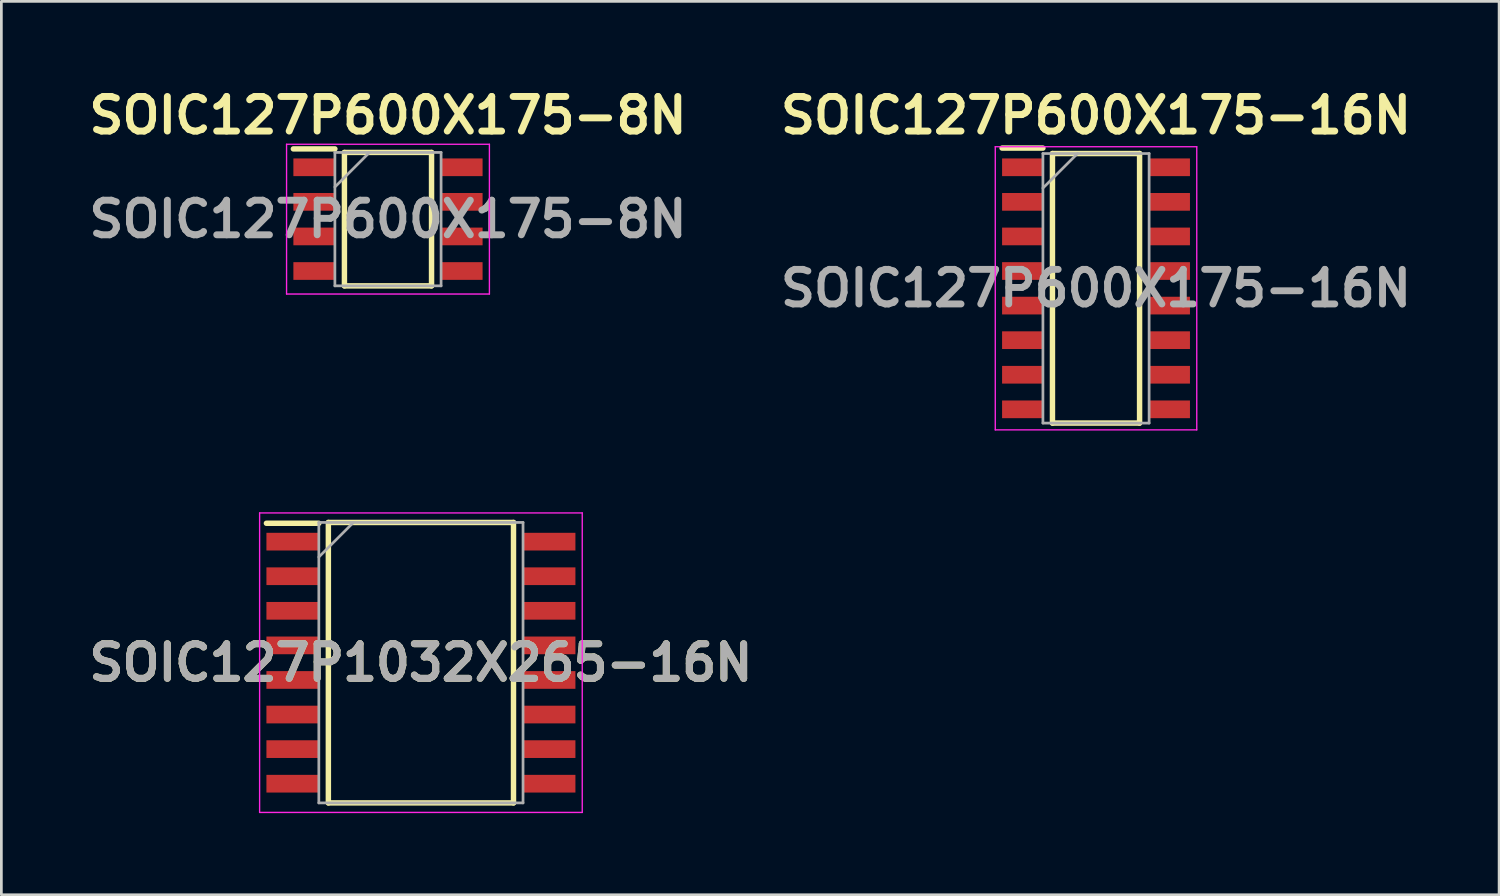
<source format=kicad_pcb>
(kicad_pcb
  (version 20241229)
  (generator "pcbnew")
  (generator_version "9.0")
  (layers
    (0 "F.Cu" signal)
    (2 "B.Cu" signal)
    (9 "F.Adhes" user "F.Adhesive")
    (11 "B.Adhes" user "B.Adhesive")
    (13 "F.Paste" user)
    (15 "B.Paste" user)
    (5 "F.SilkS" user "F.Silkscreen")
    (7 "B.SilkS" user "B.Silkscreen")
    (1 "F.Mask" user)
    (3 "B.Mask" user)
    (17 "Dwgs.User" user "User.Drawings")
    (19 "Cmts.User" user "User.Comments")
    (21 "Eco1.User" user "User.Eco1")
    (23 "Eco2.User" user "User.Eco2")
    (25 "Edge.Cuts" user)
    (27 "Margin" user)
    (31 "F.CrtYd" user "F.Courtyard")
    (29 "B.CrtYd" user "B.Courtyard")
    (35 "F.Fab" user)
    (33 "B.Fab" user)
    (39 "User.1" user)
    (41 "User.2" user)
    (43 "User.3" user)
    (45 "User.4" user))
  (footprint "SOIC127P600X175-8N"
    (layer "F.Cu")
    (at 11.2 4.999)
    (property "Reference" "SOIC127P600X175-8N" (at 0 -3.81 0) (layer "F.SilkS") (effects (font (size 1.27 1.27) (thickness 0.254))))
    (attr smd)
    (fp_line (start -3.475 -2.58) (end -1.95 -2.58) (stroke (width 0.2) (type solid)) (layer "F.SilkS"))
    (fp_line (start -1.6 -2.45) (end 1.6 -2.45) (stroke (width 0.2) (type solid)) (layer "F.SilkS"))
    (fp_line (start -1.6 2.45) (end -1.6 -2.45) (stroke (width 0.2) (type solid)) (layer "F.SilkS"))
    (fp_line (start 1.6 -2.45) (end 1.6 2.45) (stroke (width 0.2) (type solid)) (layer "F.SilkS"))
    (fp_line (start 1.6 2.45) (end -1.6 2.45) (stroke (width 0.2) (type solid)) (layer "F.SilkS"))
    (fp_line (start -3.725 -2.75) (end 3.725 -2.75) (stroke (width 0.05) (type solid)) (layer "F.CrtYd"))
    (fp_line (start -3.725 2.75) (end -3.725 -2.75) (stroke (width 0.05) (type solid)) (layer "F.CrtYd"))
    (fp_line (start 3.725 -2.75) (end 3.725 2.75) (stroke (width 0.05) (type solid)) (layer "F.CrtYd"))
    (fp_line (start 3.725 2.75) (end -3.725 2.75) (stroke (width 0.05) (type solid)) (layer "F.CrtYd"))
    (fp_line (start -1.95 -2.45) (end 1.95 -2.45) (stroke (width 0.1) (type solid)) (layer "F.Fab"))
    (fp_line (start -1.95 -1.18) (end -0.68 -2.45) (stroke (width 0.1) (type solid)) (layer "F.Fab"))
    (fp_line (start -1.95 2.45) (end -1.95 -2.45) (stroke (width 0.1) (type solid)) (layer "F.Fab"))
    (fp_line (start 1.95 -2.45) (end 1.95 2.45) (stroke (width 0.1) (type solid)) (layer "F.Fab"))
    (fp_line (start 1.95 2.45) (end -1.95 2.45) (stroke (width 0.1) (type solid)) (layer "F.Fab"))
    (fp_text user "${REFERENCE}" (at 0 0 0) (layer "F.Fab") (effects (font (size 1.27 1.27) (thickness 0.254))))
    (pad "1" smd rect (at -2.712 -1.905 90) (size 0.65 1.525) (layers "F.Cu" "F.Mask" "F.Paste"))
    (pad "2" smd rect (at -2.712 -0.635 90) (size 0.65 1.525) (layers "F.Cu" "F.Mask" "F.Paste"))
    (pad "3" smd rect (at -2.712 0.635 90) (size 0.65 1.525) (layers "F.Cu" "F.Mask" "F.Paste"))
    (pad "4" smd rect (at -2.712 1.905 90) (size 0.65 1.525) (layers "F.Cu" "F.Mask" "F.Paste"))
    (pad "5" smd rect (at 2.712 1.905 90) (size 0.65 1.525) (layers "F.Cu" "F.Mask" "F.Paste"))
    (pad "6" smd rect (at 2.712 0.635 90) (size 0.65 1.525) (layers "F.Cu" "F.Mask" "F.Paste"))
    (pad "7" smd rect (at 2.712 -0.635 90) (size 0.65 1.525) (layers "F.Cu" "F.Mask" "F.Paste"))
    (pad "8" smd rect (at 2.712 -1.905 90) (size 0.65 1.525) (layers "F.Cu" "F.Mask" "F.Paste")))
  (footprint "SOIC127P1032X265-16N"
    (layer "F.Cu")
    (at 12.41 21.289)
    (property "Reference" "SOIC127P1032X265-16N" (at 0 0 0) (layer "F.SilkS") (effects (font (size 1.27 1.27) (thickness 0.254))))
    (attr smd)
    (fp_line (start -5.675 -5.12) (end -3.75 -5.12) (stroke (width 0.2) (type solid)) (layer "F.SilkS"))
    (fp_line (start -3.4 -5.15) (end 3.4 -5.15) (stroke (width 0.2) (type solid)) (layer "F.SilkS"))
    (fp_line (start -3.4 5.15) (end -3.4 -5.15) (stroke (width 0.2) (type solid)) (layer "F.SilkS"))
    (fp_line (start 3.4 -5.15) (end 3.4 5.15) (stroke (width 0.2) (type solid)) (layer "F.SilkS"))
    (fp_line (start 3.4 5.15) (end -3.4 5.15) (stroke (width 0.2) (type solid)) (layer "F.SilkS"))
    (fp_line (start -5.925 -5.5) (end 5.925 -5.5) (stroke (width 0.05) (type solid)) (layer "F.CrtYd"))
    (fp_line (start -5.925 5.5) (end -5.925 -5.5) (stroke (width 0.05) (type solid)) (layer "F.CrtYd"))
    (fp_line (start 5.925 -5.5) (end 5.925 5.5) (stroke (width 0.05) (type solid)) (layer "F.CrtYd"))
    (fp_line (start 5.925 5.5) (end -5.925 5.5) (stroke (width 0.05) (type solid)) (layer "F.CrtYd"))
    (fp_line (start -3.75 -5.15) (end 3.75 -5.15) (stroke (width 0.1) (type solid)) (layer "F.Fab"))
    (fp_line (start -3.75 -3.88) (end -2.48 -5.15) (stroke (width 0.1) (type solid)) (layer "F.Fab"))
    (fp_line (start -3.75 5.15) (end -3.75 -5.15) (stroke (width 0.1) (type solid)) (layer "F.Fab"))
    (fp_line (start 3.75 -5.15) (end 3.75 5.15) (stroke (width 0.1) (type solid)) (layer "F.Fab"))
    (fp_line (start 3.75 5.15) (end -3.75 5.15) (stroke (width 0.1) (type solid)) (layer "F.Fab"))
    (fp_text user "${REFERENCE}" (at 0 0 0) (layer "F.Fab") (effects (font (size 1.27 1.27) (thickness 0.254))))
    (pad "1" smd rect (at -4.712 -4.445 90) (size 0.65 1.925) (layers "F.Cu" "F.Mask" "F.Paste"))
    (pad "2" smd rect (at -4.712 -3.175 90) (size 0.65 1.925) (layers "F.Cu" "F.Mask" "F.Paste"))
    (pad "3" smd rect (at -4.712 -1.905 90) (size 0.65 1.925) (layers "F.Cu" "F.Mask" "F.Paste"))
    (pad "4" smd rect (at -4.712 -0.635 90) (size 0.65 1.925) (layers "F.Cu" "F.Mask" "F.Paste"))
    (pad "5" smd rect (at -4.712 0.635 90) (size 0.65 1.925) (layers "F.Cu" "F.Mask" "F.Paste"))
    (pad "6" smd rect (at -4.712 1.905 90) (size 0.65 1.925) (layers "F.Cu" "F.Mask" "F.Paste"))
    (pad "7" smd rect (at -4.712 3.175 90) (size 0.65 1.925) (layers "F.Cu" "F.Mask" "F.Paste"))
    (pad "8" smd rect (at -4.712 4.445 90) (size 0.65 1.925) (layers "F.Cu" "F.Mask" "F.Paste"))
    (pad "9" smd rect (at 4.712 4.445 90) (size 0.65 1.925) (layers "F.Cu" "F.Mask" "F.Paste"))
    (pad "10" smd rect (at 4.712 3.175 90) (size 0.65 1.925) (layers "F.Cu" "F.Mask" "F.Paste"))
    (pad "11" smd rect (at 4.712 1.905 90) (size 0.65 1.925) (layers "F.Cu" "F.Mask" "F.Paste"))
    (pad "12" smd rect (at 4.712 0.635 90) (size 0.65 1.925) (layers "F.Cu" "F.Mask" "F.Paste"))
    (pad "13" smd rect (at 4.712 -0.635 90) (size 0.65 1.925) (layers "F.Cu" "F.Mask" "F.Paste"))
    (pad "14" smd rect (at 4.712 -1.905 90) (size 0.65 1.925) (layers "F.Cu" "F.Mask" "F.Paste"))
    (pad "15" smd rect (at 4.712 -3.175 90) (size 0.65 1.925) (layers "F.Cu" "F.Mask" "F.Paste"))
    (pad "16" smd rect (at 4.712 -4.445 90) (size 0.65 1.925) (layers "F.Cu" "F.Mask" "F.Paste")))
  (footprint "SOIC127P600X175-16N"
    (layer "F.Cu")
    (at 37.205 7.539)
    (property "Reference" "SOIC127P600X175-16N" (at 0 -6.35 0) (layer "F.SilkS") (effects (font (size 1.27 1.27) (thickness 0.254))))
    (attr smd)
    (fp_line (start -1.95 -5.15) (end -3.45 -5.15) (stroke (width 0.2) (type solid)) (layer "F.SilkS"))
    (fp_line (start -1.6 -4.95) (end 1.6 -4.95) (stroke (width 0.2) (type solid)) (layer "F.SilkS"))
    (fp_line (start -1.6 4.95) (end -1.6 -4.95) (stroke (width 0.2) (type solid)) (layer "F.SilkS"))
    (fp_line (start 1.6 -4.95) (end 1.6 4.95) (stroke (width 0.2) (type solid)) (layer "F.SilkS"))
    (fp_line (start 1.6 4.95) (end -1.6 4.95) (stroke (width 0.2) (type solid)) (layer "F.SilkS"))
    (fp_line (start -3.7 -5.2) (end 3.7 -5.2) (stroke (width 0.05) (type solid)) (layer "F.CrtYd"))
    (fp_line (start -3.7 5.2) (end -3.7 -5.2) (stroke (width 0.05) (type solid)) (layer "F.CrtYd"))
    (fp_line (start 3.7 -5.2) (end 3.7 5.2) (stroke (width 0.05) (type solid)) (layer "F.CrtYd"))
    (fp_line (start 3.7 5.2) (end -3.7 5.2) (stroke (width 0.05) (type solid)) (layer "F.CrtYd"))
    (fp_line (start -1.95 -4.95) (end 1.95 -4.95) (stroke (width 0.1) (type solid)) (layer "F.Fab"))
    (fp_line (start -1.95 -3.68) (end -0.68 -4.95) (stroke (width 0.1) (type solid)) (layer "F.Fab"))
    (fp_line (start -1.95 4.95) (end -1.95 -4.95) (stroke (width 0.1) (type solid)) (layer "F.Fab"))
    (fp_line (start 1.95 -4.95) (end 1.95 4.95) (stroke (width 0.1) (type solid)) (layer "F.Fab"))
    (fp_line (start 1.95 4.95) (end -1.95 4.95) (stroke (width 0.1) (type solid)) (layer "F.Fab"))
    (fp_text user "${REFERENCE}" (at 0 0 0) (layer "F.Fab") (effects (font (size 1.27 1.27) (thickness 0.254))))
    (pad "1" smd rect (at -2.7 -4.445 90) (size 0.65 1.5) (layers "F.Cu" "F.Mask" "F.Paste"))
    (pad "2" smd rect (at -2.7 -3.175 90) (size 0.65 1.5) (layers "F.Cu" "F.Mask" "F.Paste"))
    (pad "3" smd rect (at -2.7 -1.905 90) (size 0.65 1.5) (layers "F.Cu" "F.Mask" "F.Paste"))
    (pad "4" smd rect (at -2.7 -0.635 90) (size 0.65 1.5) (layers "F.Cu" "F.Mask" "F.Paste"))
    (pad "5" smd rect (at -2.7 0.635 90) (size 0.65 1.5) (layers "F.Cu" "F.Mask" "F.Paste"))
    (pad "6" smd rect (at -2.7 1.905 90) (size 0.65 1.5) (layers "F.Cu" "F.Mask" "F.Paste"))
    (pad "7" smd rect (at -2.7 3.175 90) (size 0.65 1.5) (layers "F.Cu" "F.Mask" "F.Paste"))
    (pad "8" smd rect (at -2.7 4.445 90) (size 0.65 1.5) (layers "F.Cu" "F.Mask" "F.Paste"))
    (pad "9" smd rect (at 2.7 4.445 90) (size 0.65 1.5) (layers "F.Cu" "F.Mask" "F.Paste"))
    (pad "10" smd rect (at 2.7 3.175 90) (size 0.65 1.5) (layers "F.Cu" "F.Mask" "F.Paste"))
    (pad "11" smd rect (at 2.7 1.905 90) (size 0.65 1.5) (layers "F.Cu" "F.Mask" "F.Paste"))
    (pad "12" smd rect (at 2.7 0.635 90) (size 0.65 1.5) (layers "F.Cu" "F.Mask" "F.Paste"))
    (pad "13" smd rect (at 2.7 -0.635 90) (size 0.65 1.5) (layers "F.Cu" "F.Mask" "F.Paste"))
    (pad "14" smd rect (at 2.7 -1.905 90) (size 0.65 1.5) (layers "F.Cu" "F.Mask" "F.Paste"))
    (pad "15" smd rect (at 2.7 -3.175 90) (size 0.65 1.5) (layers "F.Cu" "F.Mask" "F.Paste"))
    (pad "16" smd rect (at 2.7 -4.445 90) (size 0.65 1.5) (layers "F.Cu" "F.Mask" "F.Paste")))
  (gr_rect
    (start -3 -3)
    (end 52.01 29.814)
    (stroke (width 0.1) (type default))
    (fill no)
    (layer "Edge.Cuts")))
</source>
